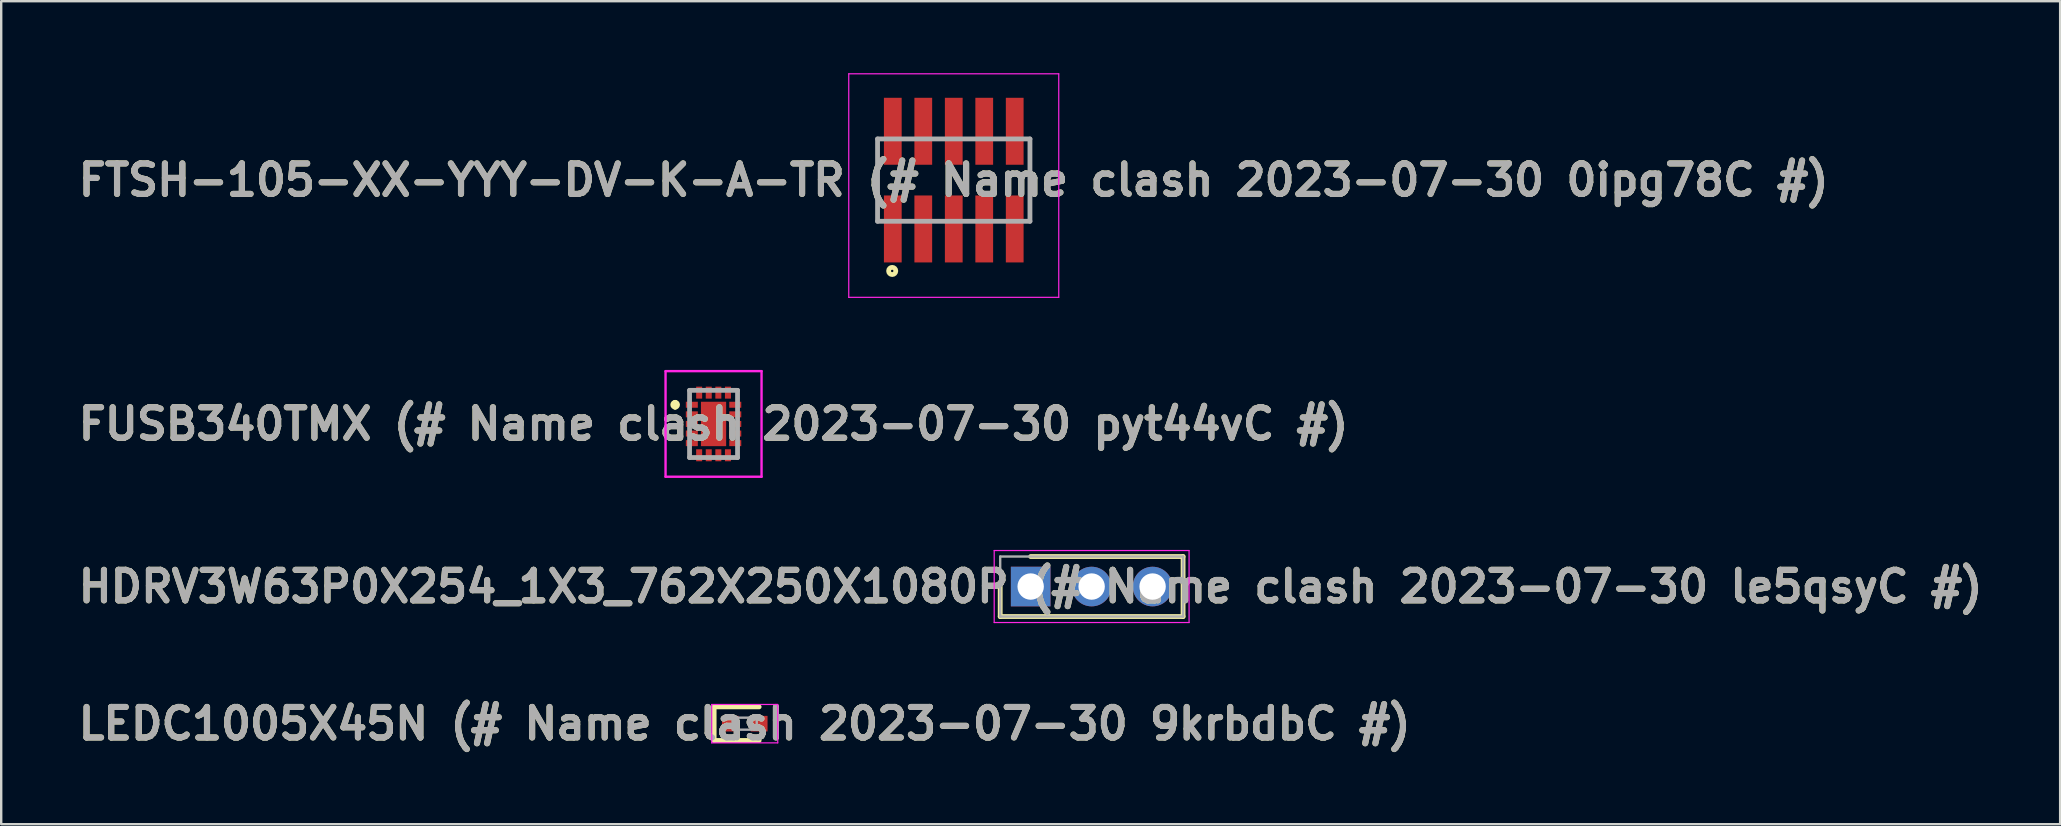
<source format=kicad_pcb>
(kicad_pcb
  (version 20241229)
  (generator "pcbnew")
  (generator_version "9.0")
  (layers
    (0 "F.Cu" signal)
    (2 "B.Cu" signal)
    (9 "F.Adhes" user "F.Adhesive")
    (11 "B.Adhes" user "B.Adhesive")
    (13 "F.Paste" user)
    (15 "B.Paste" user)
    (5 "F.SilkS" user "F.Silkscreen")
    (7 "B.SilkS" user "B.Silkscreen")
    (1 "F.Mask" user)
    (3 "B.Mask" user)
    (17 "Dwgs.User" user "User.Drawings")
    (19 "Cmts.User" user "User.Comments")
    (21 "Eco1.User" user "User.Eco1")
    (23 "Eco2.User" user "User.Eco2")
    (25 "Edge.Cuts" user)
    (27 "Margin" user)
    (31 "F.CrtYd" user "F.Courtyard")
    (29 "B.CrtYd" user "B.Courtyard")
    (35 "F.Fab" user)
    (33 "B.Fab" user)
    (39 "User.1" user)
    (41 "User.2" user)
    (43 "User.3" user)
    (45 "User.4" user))
  (footprint "LEDC1005X45N (# Name clash 2023-07-30 9krbdbC #)"
    (layer "F.Cu")
    (at 27.982 27.104)
    (property "Reference" "LEDC1005X45N (# Name clash 2023-07-30 9krbdbC #)" (at 0 0 0) (layer "F.SilkS") (effects (font (size 1.27 1.27) (thickness 0.254))))
    (attr smd)
    (fp_line (start -1.275 -0.7) (end -1.275 0.7) (stroke (width 0.2) (type solid)) (layer "F.SilkS"))
    (fp_line (start -1.275 0.7) (end 0.6 0.7) (stroke (width 0.2) (type solid)) (layer "F.SilkS"))
    (fp_line (start 0.6 -0.7) (end -1.275 -0.7) (stroke (width 0.2) (type solid)) (layer "F.SilkS"))
    (fp_line (start -1.375 -0.8) (end 1.375 -0.8) (stroke (width 0.05) (type solid)) (layer "F.CrtYd"))
    (fp_line (start -1.375 0.8) (end -1.375 -0.8) (stroke (width 0.05) (type solid)) (layer "F.CrtYd"))
    (fp_line (start 1.375 -0.8) (end 1.375 0.8) (stroke (width 0.05) (type solid)) (layer "F.CrtYd"))
    (fp_line (start 1.375 0.8) (end -1.375 0.8) (stroke (width 0.05) (type solid)) (layer "F.CrtYd"))
    (fp_line (start -0.5 -0.25) (end 0.5 -0.25) (stroke (width 0.1) (type solid)) (layer "F.Fab"))
    (fp_line (start -0.5 -0.083) (end -0.333 -0.25) (stroke (width 0.1) (type solid)) (layer "F.Fab"))
    (fp_line (start -0.5 0.25) (end -0.5 -0.25) (stroke (width 0.1) (type solid)) (layer "F.Fab"))
    (fp_line (start 0.5 -0.25) (end 0.5 0.25) (stroke (width 0.1) (type solid)) (layer "F.Fab"))
    (fp_line (start 0.5 0.25) (end -0.5 0.25) (stroke (width 0.1) (type solid)) (layer "F.Fab"))
    (fp_text user "${REFERENCE}" (at 0 0 0) (layer "F.Fab") (effects (font (size 1.27 1.27) (thickness 0.254))))
    (pad "1" smd rect (at -0.6 0 90) (size 0.65 0.7) (layers "F.Cu" "F.Mask" "F.Paste"))
    (pad "2" smd rect (at 0.6 0 90) (size 0.65 0.7) (layers "F.Cu" "F.Mask" "F.Paste")))
  (footprint "HDRV3W63P0X254_1X3_762X250X1080P (# Name clash 2023-07-30 le5qsyC #)"
    (layer "F.Cu")
    (at 39.896 21.39)
    (property "Reference" "HDRV3W63P0X254_1X3_762X250X1080P (# Name clash 2023-07-30 le5qsyC #)" (at 0 0 0) (layer "F.SilkS") (effects (font (size 1.27 1.27) (thickness 0.254))))
    (attr through_hole)
    (fp_line (start -1.27 0) (end -1.27 1.25) (stroke (width 0.2) (type solid)) (layer "F.SilkS"))
    (fp_line (start -1.27 1.25) (end 6.35 1.25) (stroke (width 0.2) (type solid)) (layer "F.SilkS"))
    (fp_line (start 6.35 -1.25) (end 0 -1.25) (stroke (width 0.2) (type solid)) (layer "F.SilkS"))
    (fp_line (start 6.35 1.25) (end 6.35 -1.25) (stroke (width 0.2) (type solid)) (layer "F.SilkS"))
    (fp_line (start -1.52 -1.5) (end 6.6 -1.5) (stroke (width 0.05) (type solid)) (layer "F.CrtYd"))
    (fp_line (start -1.52 1.5) (end -1.52 -1.5) (stroke (width 0.05) (type solid)) (layer "F.CrtYd"))
    (fp_line (start 6.6 -1.5) (end 6.6 1.5) (stroke (width 0.05) (type solid)) (layer "F.CrtYd"))
    (fp_line (start 6.6 1.5) (end -1.52 1.5) (stroke (width 0.05) (type solid)) (layer "F.CrtYd"))
    (fp_line (start -1.27 -1.25) (end 6.35 -1.25) (stroke (width 0.1) (type solid)) (layer "F.Fab"))
    (fp_line (start -1.27 1.25) (end -1.27 -1.25) (stroke (width 0.1) (type solid)) (layer "F.Fab"))
    (fp_line (start 6.35 -1.25) (end 6.35 1.25) (stroke (width 0.1) (type solid)) (layer "F.Fab"))
    (fp_line (start 6.35 1.25) (end -1.27 1.25) (stroke (width 0.1) (type solid)) (layer "F.Fab"))
    (fp_text user "${REFERENCE}" (at 0 0 0) (layer "F.Fab") (effects (font (size 1.27 1.27) (thickness 0.254))))
    (pad "1" thru_hole rect (at 0 0) (size 1.65 1.65) (drill 1.1) (layers "*.Cu" "*.Mask"))
    (pad "2" thru_hole circle (at 2.54 0) (size 1.65 1.65) (drill 1.1) (layers "*.Cu" "*.Mask"))
    (pad "3" thru_hole circle (at 5.08 0) (size 1.65 1.65) (drill 1.1) (layers "*.Cu" "*.Mask")))
  (footprint "FTSH-105-XX-YYY-DV-K-A-TR (# Name clash 2023-07-30 0ipg78C #)"
    (layer "F.Cu")
    (at 36.691 4.455)
    (property "Reference" "FTSH-105-XX-YYY-DV-K-A-TR (# Name clash 2023-07-30 0ipg78C #)" (at 0 0 0) (layer "F.SilkS") (effects (font (size 1.27 1.27) (thickness 0.254))))
    (attr through_hole)
    (fp_line (start -3.175 1.715) (end -3.175 -1.715) (stroke (width 0.1) (type solid)) (layer "F.SilkS"))
    (fp_line (start 3.175 -1.715) (end 3.175 1.715) (stroke (width 0.1) (type solid)) (layer "F.SilkS"))
    (fp_circle (center -2.565 3.785) (end -2.565 3.835) (stroke (width 0.2) (type solid)) (fill no) (layer "F.SilkS"))
    (fp_line (start -4.375 -4.43) (end 4.375 -4.43) (stroke (width 0.05) (type solid)) (layer "F.CrtYd"))
    (fp_line (start -4.375 4.885) (end -4.375 -4.43) (stroke (width 0.05) (type solid)) (layer "F.CrtYd"))
    (fp_line (start 4.375 -4.43) (end 4.375 4.885) (stroke (width 0.05) (type solid)) (layer "F.CrtYd"))
    (fp_line (start 4.375 4.885) (end -4.375 4.885) (stroke (width 0.05) (type solid)) (layer "F.CrtYd"))
    (fp_line (start -3.175 -1.715) (end 3.175 -1.715) (stroke (width 0.2) (type solid)) (layer "F.Fab"))
    (fp_line (start -3.175 1.715) (end -3.175 -1.715) (stroke (width 0.2) (type solid)) (layer "F.Fab"))
    (fp_line (start 3.175 -1.715) (end 3.175 1.715) (stroke (width 0.2) (type solid)) (layer "F.Fab"))
    (fp_line (start 3.175 1.715) (end -3.175 1.715) (stroke (width 0.2) (type solid)) (layer "F.Fab"))
    (fp_text user "${REFERENCE}" (at 0 0 0) (layer "F.Fab") (effects (font (size 1.27 1.27) (thickness 0.254))))
    (pad "" np_thru_hole circle (at -1.905 0) (size 0.001 0.001) (drill 1.02) (layers "*.Cu" "*.Mask"))
    (pad "" np_thru_hole circle (at 1.905 0) (size 0.001 0.001) (drill 1.02) (layers "*.Cu" "*.Mask"))
    (pad "1" smd rect (at -2.54 2.035) (size 0.74 2.79) (layers "F.Cu" "F.Mask" "F.Paste"))
    (pad "2" smd rect (at -2.54 -2.035) (size 0.74 2.79) (layers "F.Cu" "F.Mask" "F.Paste"))
    (pad "3" smd rect (at -1.27 2.035) (size 0.74 2.79) (layers "F.Cu" "F.Mask" "F.Paste"))
    (pad "4" smd rect (at -1.27 -2.035) (size 0.74 2.79) (layers "F.Cu" "F.Mask" "F.Paste"))
    (pad "5" smd rect (at 0 2.035) (size 0.74 2.79) (layers "F.Cu" "F.Mask" "F.Paste"))
    (pad "6" smd rect (at 0 -2.035) (size 0.74 2.79) (layers "F.Cu" "F.Mask" "F.Paste"))
    (pad "7" smd rect (at 1.27 2.035) (size 0.74 2.79) (layers "F.Cu" "F.Mask" "F.Paste"))
    (pad "8" smd rect (at 1.27 -2.035) (size 0.74 2.79) (layers "F.Cu" "F.Mask" "F.Paste"))
    (pad "9" smd rect (at 2.54 2.035) (size 0.74 2.79) (layers "F.Cu" "F.Mask" "F.Paste"))
    (pad "10" smd rect (at 2.54 -2.035) (size 0.74 2.79) (layers "F.Cu" "F.Mask" "F.Paste")))
  (footprint "FUSB340TMX (# Name clash 2023-07-30 pyt44vC #)"
    (layer "F.Cu")
    (at 26.682 14.615)
    (property "Reference" "FUSB340TMX (# Name clash 2023-07-30 pyt44vC #)" (at 0 0 0) (layer "F.SilkS") (effects (font (size 1.27 1.27) (thickness 0.254))))
    (attr smd)
    (fp_line (start -1.6 -0.9) (end -1.6 -0.9) (stroke (width 0.2) (type solid)) (layer "F.SilkS"))
    (fp_line (start -1.6 -0.7) (end -1.6 -0.7) (stroke (width 0.2) (type solid)) (layer "F.SilkS"))
    (fp_arc (start -1.6 -0.9) (mid -1.5 -0.8) (end -1.6 -0.7) (stroke (width 0.2) (type solid)) (layer "F.SilkS"))
    (fp_arc (start -1.6 -0.7) (mid -1.7 -0.8) (end -1.6 -0.9) (stroke (width 0.2) (type solid)) (layer "F.SilkS"))
    (fp_line (start -2 -2.2) (end 2 -2.2) (stroke (width 0.1) (type solid)) (layer "F.CrtYd"))
    (fp_line (start -2 2.2) (end -2 -2.2) (stroke (width 0.1) (type solid)) (layer "F.CrtYd"))
    (fp_line (start 2 -2.2) (end 2 2.2) (stroke (width 0.1) (type solid)) (layer "F.CrtYd"))
    (fp_line (start 2 2.2) (end -2 2.2) (stroke (width 0.1) (type solid)) (layer "F.CrtYd"))
    (fp_line (start -1 -1.4) (end 1 -1.4) (stroke (width 0.2) (type solid)) (layer "F.Fab"))
    (fp_line (start -1 1.4) (end -1 -1.4) (stroke (width 0.2) (type solid)) (layer "F.Fab"))
    (fp_line (start 1 -1.4) (end 1 1.4) (stroke (width 0.2) (type solid)) (layer "F.Fab"))
    (fp_line (start 1 1.4) (end -1 1.4) (stroke (width 0.2) (type solid)) (layer "F.Fab"))
    (fp_text user "${REFERENCE}" (at 0 0 0) (layer "F.Fab") (effects (font (size 1.27 1.27) (thickness 0.254))))
    (pad "1" smd rect (at -0.905 -0.8 90) (size 0.25 0.5) (layers "F.Cu" "F.Mask" "F.Paste"))
    (pad "2" smd rect (at -0.905 -0.4 90) (size 0.25 0.5) (layers "F.Cu" "F.Mask" "F.Paste"))
    (pad "3" smd rect (at -0.905 0 90) (size 0.25 0.5) (layers "F.Cu" "F.Mask" "F.Paste"))
    (pad "4" smd rect (at -0.905 0.4 90) (size 0.25 0.5) (layers "F.Cu" "F.Mask" "F.Paste"))
    (pad "5" smd rect (at -0.905 0.8 90) (size 0.25 0.5) (layers "F.Cu" "F.Mask" "F.Paste"))
    (pad "6" smd rect (at -0.6 1.305) (size 0.25 0.5) (layers "F.Cu" "F.Mask" "F.Paste"))
    (pad "7" smd rect (at -0.2 1.305) (size 0.25 0.5) (layers "F.Cu" "F.Mask" "F.Paste"))
    (pad "8" smd rect (at 0.2 1.305) (size 0.25 0.5) (layers "F.Cu" "F.Mask" "F.Paste"))
    (pad "9" smd rect (at 0.6 1.305) (size 0.25 0.5) (layers "F.Cu" "F.Mask" "F.Paste"))
    (pad "10" smd rect (at 0.905 0.8 90) (size 0.25 0.5) (layers "F.Cu" "F.Mask" "F.Paste"))
    (pad "11" smd rect (at 0.905 0.4 90) (size 0.25 0.5) (layers "F.Cu" "F.Mask" "F.Paste"))
    (pad "12" smd rect (at 0.905 0 90) (size 0.25 0.5) (layers "F.Cu" "F.Mask" "F.Paste"))
    (pad "13" smd rect (at 0.905 -0.4 90) (size 0.25 0.5) (layers "F.Cu" "F.Mask" "F.Paste"))
    (pad "14" smd rect (at 0.905 -0.8 90) (size 0.25 0.5) (layers "F.Cu" "F.Mask" "F.Paste"))
    (pad "15" smd rect (at 0.6 -1.305) (size 0.25 0.5) (layers "F.Cu" "F.Mask" "F.Paste"))
    (pad "16" smd rect (at 0.2 -1.305) (size 0.25 0.5) (layers "F.Cu" "F.Mask" "F.Paste"))
    (pad "17" smd rect (at -0.2 -1.305) (size 0.25 0.5) (layers "F.Cu" "F.Mask" "F.Paste"))
    (pad "18" smd rect (at -0.6 -1.305) (size 0.25 0.5) (layers "F.Cu" "F.Mask" "F.Paste"))
    (pad "19" smd rect (at 0 0) (size 1.05 1.85) (layers "F.Cu" "F.Mask" "F.Paste")))
  (gr_rect
    (start -3 -3)
    (end 82.792 31.292)
    (stroke (width 0.1) (type default))
    (fill no)
    (layer "Edge.Cuts")))
</source>
